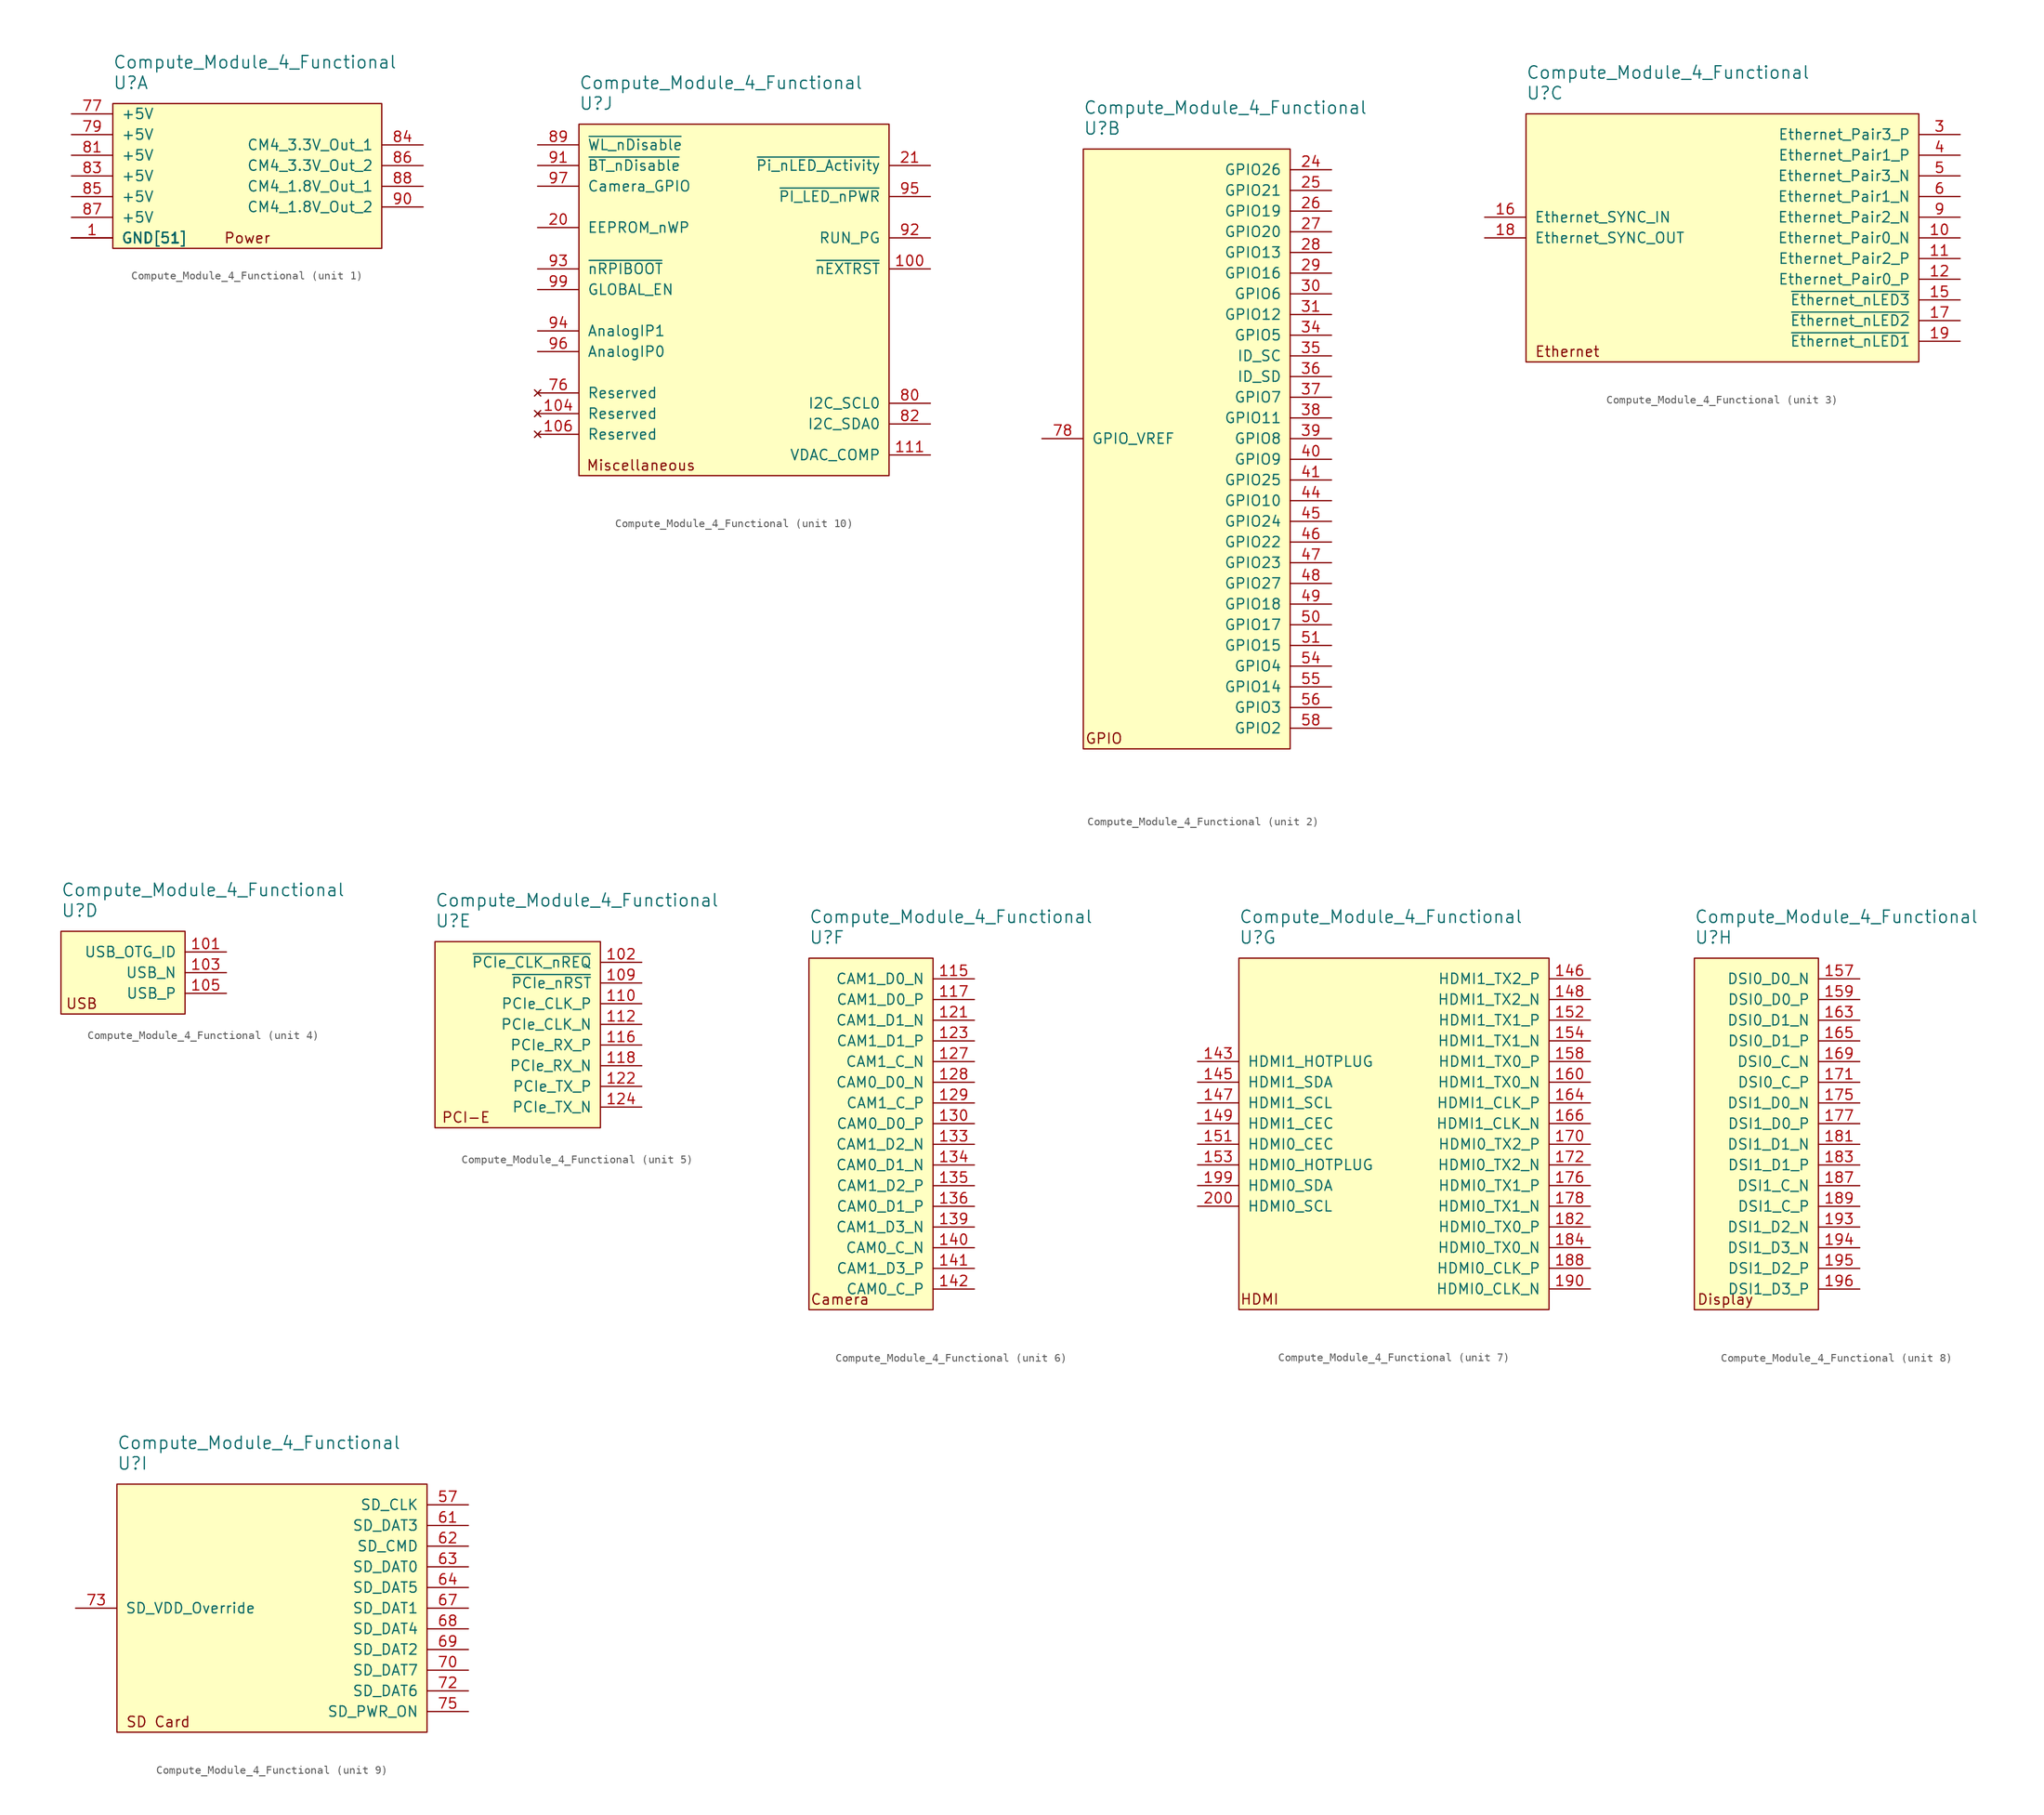
<source format=kicad_sym>
(kicad_symbol_lib
  (version 20241209)
  (generator "kicad_symbol_editor")
  (generator_version "9.0")
  (symbol "Compute_Module_4_Functional"
    (pin_names
      (offset 1.016))
    (property "Reference" "U"
      (at 5.08 5.08 0)
      (effects (font (size 1.524 1.524)) (justify left)))
    (property "Value" "Compute_Module_4_Functional"
      (at 5.08 7.62 0)
      (effects (font (size 1.524 1.524)) (justify left)))
    (property "ki_locked" ""
      (at 0 0 0)
      (effects (font (size 1.27 1.27))))
    (symbol "Compute_Module_4_Functional_1_0"
      (text "Power" (at 21.59 -13.97 0) (effects (font (size 1.27 1.27)))))
    (symbol "Compute_Module_4_Functional_1_1"
      (rectangle (start 5.08 2.54) (end 38.1 -15.24) (stroke (width 0) (type solid)) (fill (type background)))
      (pin power_in line (at 0 1.27 0) (length 5.08) (name "+5V" (effects (font (size 1.27 1.27)))) (number "77" (effects (font (size 1.27 1.27)))))
      (pin power_in line (at 0 -1.27 0) (length 5.08) (name "+5V" (effects (font (size 1.27 1.27)))) (number "79" (effects (font (size 1.27 1.27)))))
      (pin power_in line (at 0 -3.81 0) (length 5.08) (name "+5V" (effects (font (size 1.27 1.27)))) (number "81" (effects (font (size 1.27 1.27)))))
      (pin power_in line (at 0 -6.35 0) (length 5.08) (name "+5V" (effects (font (size 1.27 1.27)))) (number "83" (effects (font (size 1.27 1.27)))))
      (pin power_in line (at 0 -8.89 0) (length 5.08) (name "+5V" (effects (font (size 1.27 1.27)))) (number "85" (effects (font (size 1.27 1.27)))))
      (pin power_in line (at 0 -11.43 0) (length 5.08) (name "+5V" (effects (font (size 1.27 1.27)))) (number "87" (effects (font (size 1.27 1.27)))))
      (pin power_in line (at 0 -13.97 0) (length 5.08) (name "GND[51]" (effects (font (size 1.27 1.27)))) (number "1" (effects (font (size 1.27 1.27)))))
      (pin power_in line (at 0 -13.97 0) (length 5.08) (name "GND[51]" (effects (font (size 1.27 1.27)))) (number "107" (effects (font (size 0 0)))))
      (pin power_in line (at 0 -13.97 0) (length 5.08) (name "GND[51]" (effects (font (size 1.27 1.27)))) (number "108" (effects (font (size 0 0)))))
      (pin power_in line (at 0 -13.97 0) (length 5.08) (name "GND[51]" (effects (font (size 1.27 1.27)))) (number "113" (effects (font (size 0 0)))))
      (pin power_in line (at 0 -13.97 0) (length 5.08) (name "GND[51]" (effects (font (size 1.27 1.27)))) (number "114" (effects (font (size 0 0)))))
      (pin power_in line (at 0 -13.97 0) (length 5.08) (name "GND[51]" (effects (font (size 1.27 1.27)))) (number "119" (effects (font (size 0 0)))))
      (pin power_in line (at 0 -13.97 0) (length 5.08) (name "GND[51]" (effects (font (size 1.27 1.27)))) (number "120" (effects (font (size 0 0)))))
      (pin power_in line (at 0 -13.97 0) (length 5.08) (name "GND[51]" (effects (font (size 1.27 1.27)))) (number "125" (effects (font (size 0 0)))))
      (pin power_in line (at 0 -13.97 0) (length 5.08) (name "GND[51]" (effects (font (size 1.27 1.27)))) (number "126" (effects (font (size 0 0)))))
      (pin power_in line (at 0 -13.97 0) (length 5.08) (name "GND[51]" (effects (font (size 1.27 1.27)))) (number "13" (effects (font (size 0 0)))))
      (pin power_in line (at 0 -13.97 0) (length 5.08) (name "GND[51]" (effects (font (size 1.27 1.27)))) (number "131" (effects (font (size 0 0)))))
      (pin power_in line (at 0 -13.97 0) (length 5.08) (name "GND[51]" (effects (font (size 1.27 1.27)))) (number "132" (effects (font (size 0 0)))))
      (pin power_in line (at 0 -13.97 0) (length 5.08) (name "GND[51]" (effects (font (size 1.27 1.27)))) (number "137" (effects (font (size 0 0)))))
      (pin power_in line (at 0 -13.97 0) (length 5.08) (name "GND[51]" (effects (font (size 1.27 1.27)))) (number "138" (effects (font (size 0 0)))))
      (pin power_in line (at 0 -13.97 0) (length 5.08) (name "GND[51]" (effects (font (size 1.27 1.27)))) (number "14" (effects (font (size 0 0)))))
      (pin power_in line (at 0 -13.97 0) (length 5.08) (name "GND[51]" (effects (font (size 1.27 1.27)))) (number "144" (effects (font (size 0 0)))))
      (pin power_in line (at 0 -13.97 0) (length 5.08) (name "GND[51]" (effects (font (size 1.27 1.27)))) (number "150" (effects (font (size 0 0)))))
      (pin power_in line (at 0 -13.97 0) (length 5.08) (name "GND[51]" (effects (font (size 1.27 1.27)))) (number "155" (effects (font (size 0 0)))))
      (pin power_in line (at 0 -13.97 0) (length 5.08) (name "GND[51]" (effects (font (size 1.27 1.27)))) (number "156" (effects (font (size 0 0)))))
      (pin power_in line (at 0 -13.97 0) (length 5.08) (name "GND[51]" (effects (font (size 1.27 1.27)))) (number "161" (effects (font (size 0 0)))))
      (pin power_in line (at 0 -13.97 0) (length 5.08) (name "GND[51]" (effects (font (size 1.27 1.27)))) (number "162" (effects (font (size 0 0)))))
      (pin power_in line (at 0 -13.97 0) (length 5.08) (name "GND[51]" (effects (font (size 1.27 1.27)))) (number "167" (effects (font (size 0 0)))))
      (pin power_in line (at 0 -13.97 0) (length 5.08) (name "GND[51]" (effects (font (size 1.27 1.27)))) (number "168" (effects (font (size 0 0)))))
      (pin power_in line (at 0 -13.97 0) (length 5.08) (name "GND[51]" (effects (font (size 1.27 1.27)))) (number "173" (effects (font (size 0 0)))))
      (pin power_in line (at 0 -13.97 0) (length 5.08) (name "GND[51]" (effects (font (size 1.27 1.27)))) (number "174" (effects (font (size 0 0)))))
      (pin power_in line (at 0 -13.97 0) (length 5.08) (name "GND[51]" (effects (font (size 1.27 1.27)))) (number "179" (effects (font (size 0 0)))))
      (pin power_in line (at 0 -13.97 0) (length 5.08) (name "GND[51]" (effects (font (size 1.27 1.27)))) (number "180" (effects (font (size 0 0)))))
      (pin power_in line (at 0 -13.97 0) (length 5.08) (name "GND[51]" (effects (font (size 1.27 1.27)))) (number "185" (effects (font (size 0 0)))))
      (pin power_in line (at 0 -13.97 0) (length 5.08) (name "GND[51]" (effects (font (size 1.27 1.27)))) (number "186" (effects (font (size 0 0)))))
      (pin power_in line (at 0 -13.97 0) (length 5.08) (name "GND[51]" (effects (font (size 1.27 1.27)))) (number "191" (effects (font (size 0 0)))))
      (pin power_in line (at 0 -13.97 0) (length 5.08) (name "GND[51]" (effects (font (size 1.27 1.27)))) (number "192" (effects (font (size 0 0)))))
      (pin power_in line (at 0 -13.97 0) (length 5.08) (name "GND[51]" (effects (font (size 1.27 1.27)))) (number "197" (effects (font (size 0 0)))))
      (pin power_in line (at 0 -13.97 0) (length 5.08) (name "GND[51]" (effects (font (size 1.27 1.27)))) (number "198" (effects (font (size 0 0)))))
      (pin power_in line (at 0 -13.97 0) (length 5.08) (name "GND[51]" (effects (font (size 1.27 1.27)))) (number "2" (effects (font (size 0 0)))))
      (pin power_in line (at 0 -13.97 0) (length 5.08) (name "GND[51]" (effects (font (size 1.27 1.27)))) (number "22" (effects (font (size 0 0)))))
      (pin power_in line (at 0 -13.97 0) (length 5.08) (name "GND[51]" (effects (font (size 1.27 1.27)))) (number "23" (effects (font (size 0 0)))))
      (pin power_in line (at 0 -13.97 0) (length 5.08) (name "GND[51]" (effects (font (size 1.27 1.27)))) (number "32" (effects (font (size 0 0)))))
      (pin power_in line (at 0 -13.97 0) (length 5.08) (name "GND[51]" (effects (font (size 1.27 1.27)))) (number "33" (effects (font (size 0 0)))))
      (pin power_in line (at 0 -13.97 0) (length 5.08) (name "GND[51]" (effects (font (size 1.27 1.27)))) (number "42" (effects (font (size 0 0)))))
      (pin power_in line (at 0 -13.97 0) (length 5.08) (name "GND[51]" (effects (font (size 1.27 1.27)))) (number "43" (effects (font (size 0 0)))))
      (pin power_in line (at 0 -13.97 0) (length 5.08) (name "GND[51]" (effects (font (size 1.27 1.27)))) (number "52" (effects (font (size 0 0)))))
      (pin power_in line (at 0 -13.97 0) (length 5.08) (name "GND[51]" (effects (font (size 1.27 1.27)))) (number "53" (effects (font (size 0 0)))))
      (pin power_in line (at 0 -13.97 0) (length 5.08) (name "GND[51]" (effects (font (size 1.27 1.27)))) (number "59" (effects (font (size 0 0)))))
      (pin power_in line (at 0 -13.97 0) (length 5.08) (name "GND[51]" (effects (font (size 1.27 1.27)))) (number "60" (effects (font (size 0 0)))))
      (pin power_in line (at 0 -13.97 0) (length 5.08) (name "GND[51]" (effects (font (size 1.27 1.27)))) (number "65" (effects (font (size 0 0)))))
      (pin power_in line (at 0 -13.97 0) (length 5.08) (name "GND[51]" (effects (font (size 1.27 1.27)))) (number "66" (effects (font (size 0 0)))))
      (pin power_in line (at 0 -13.97 0) (length 5.08) (name "GND[51]" (effects (font (size 1.27 1.27)))) (number "7" (effects (font (size 0 0)))))
      (pin power_in line (at 0 -13.97 0) (length 5.08) (name "GND[51]" (effects (font (size 1.27 1.27)))) (number "71" (effects (font (size 0 0)))))
      (pin power_in line (at 0 -13.97 0) (length 5.08) (name "GND[51]" (effects (font (size 1.27 1.27)))) (number "74" (effects (font (size 0 0)))))
      (pin power_in line (at 0 -13.97 0) (length 5.08) (name "GND[51]" (effects (font (size 1.27 1.27)))) (number "8" (effects (font (size 0 0)))))
      (pin power_in line (at 0 -13.97 0) (length 5.08) (name "GND[51]" (effects (font (size 1.27 1.27)))) (number "98" (effects (font (size 0 0)))))
      (pin power_out line (at 43.18 -2.54 180) (length 5.08) (name "CM4_3.3V_Out_1" (effects (font (size 1.27 1.27)))) (number "84" (effects (font (size 1.27 1.27)))))
      (pin power_out line (at 43.18 -5.08 180) (length 5.08) (name "CM4_3.3V_Out_2" (effects (font (size 1.27 1.27)))) (number "86" (effects (font (size 1.27 1.27)))))
      (pin power_out line (at 43.18 -7.62 180) (length 5.08) (name "CM4_1.8V_Out_1" (effects (font (size 1.27 1.27)))) (number "88" (effects (font (size 1.27 1.27)))))
      (pin power_out line (at 43.18 -10.16 180) (length 5.08) (name "CM4_1.8V_Out_2" (effects (font (size 1.27 1.27)))) (number "90" (effects (font (size 1.27 1.27))))))
    (symbol "Compute_Module_4_Functional_2_0"
      (text "GPIO" (at 7.62 -69.85 0) (effects (font (size 1.27 1.27)))))
    (symbol "Compute_Module_4_Functional_2_1"
      (rectangle (start 5.08 2.54) (end 30.48 -71.12) (stroke (width 0) (type solid)) (fill (type background)))
      (pin power_in line (at 0 -33.02 0) (length 5.08) (name "GPIO_VREF" (effects (font (size 1.27 1.27)))) (number "78" (effects (font (size 1.27 1.27)))))
      (pin passive line (at 35.56 0 180) (length 5.08) (name "GPIO26" (effects (font (size 1.27 1.27)))) (number "24" (effects (font (size 1.27 1.27)))))
      (pin passive line (at 35.56 -2.54 180) (length 5.08) (name "GPIO21" (effects (font (size 1.27 1.27)))) (number "25" (effects (font (size 1.27 1.27)))))
      (pin passive line (at 35.56 -5.08 180) (length 5.08) (name "GPIO19" (effects (font (size 1.27 1.27)))) (number "26" (effects (font (size 1.27 1.27)))))
      (pin passive line (at 35.56 -7.62 180) (length 5.08) (name "GPIO20" (effects (font (size 1.27 1.27)))) (number "27" (effects (font (size 1.27 1.27)))))
      (pin passive line (at 35.56 -10.16 180) (length 5.08) (name "GPIO13" (effects (font (size 1.27 1.27)))) (number "28" (effects (font (size 1.27 1.27)))))
      (pin passive line (at 35.56 -12.7 180) (length 5.08) (name "GPIO16" (effects (font (size 1.27 1.27)))) (number "29" (effects (font (size 1.27 1.27)))))
      (pin passive line (at 35.56 -15.24 180) (length 5.08) (name "GPIO6" (effects (font (size 1.27 1.27)))) (number "30" (effects (font (size 1.27 1.27)))))
      (pin passive line (at 35.56 -17.78 180) (length 5.08) (name "GPIO12" (effects (font (size 1.27 1.27)))) (number "31" (effects (font (size 1.27 1.27)))))
      (pin passive line (at 35.56 -20.32 180) (length 5.08) (name "GPIO5" (effects (font (size 1.27 1.27)))) (number "34" (effects (font (size 1.27 1.27)))))
      (pin passive line (at 35.56 -22.86 180) (length 5.08) (name "ID_SC" (effects (font (size 1.27 1.27)))) (number "35" (effects (font (size 1.27 1.27)))))
      (pin passive line (at 35.56 -25.4 180) (length 5.08) (name "ID_SD" (effects (font (size 1.27 1.27)))) (number "36" (effects (font (size 1.27 1.27)))))
      (pin passive line (at 35.56 -27.94 180) (length 5.08) (name "GPIO7" (effects (font (size 1.27 1.27)))) (number "37" (effects (font (size 1.27 1.27)))))
      (pin passive line (at 35.56 -30.48 180) (length 5.08) (name "GPIO11" (effects (font (size 1.27 1.27)))) (number "38" (effects (font (size 1.27 1.27)))))
      (pin passive line (at 35.56 -33.02 180) (length 5.08) (name "GPIO8" (effects (font (size 1.27 1.27)))) (number "39" (effects (font (size 1.27 1.27)))))
      (pin passive line (at 35.56 -35.56 180) (length 5.08) (name "GPIO9" (effects (font (size 1.27 1.27)))) (number "40" (effects (font (size 1.27 1.27)))))
      (pin passive line (at 35.56 -38.1 180) (length 5.08) (name "GPIO25" (effects (font (size 1.27 1.27)))) (number "41" (effects (font (size 1.27 1.27)))))
      (pin passive line (at 35.56 -40.64 180) (length 5.08) (name "GPIO10" (effects (font (size 1.27 1.27)))) (number "44" (effects (font (size 1.27 1.27)))))
      (pin passive line (at 35.56 -43.18 180) (length 5.08) (name "GPIO24" (effects (font (size 1.27 1.27)))) (number "45" (effects (font (size 1.27 1.27)))))
      (pin passive line (at 35.56 -45.72 180) (length 5.08) (name "GPIO22" (effects (font (size 1.27 1.27)))) (number "46" (effects (font (size 1.27 1.27)))))
      (pin passive line (at 35.56 -48.26 180) (length 5.08) (name "GPIO23" (effects (font (size 1.27 1.27)))) (number "47" (effects (font (size 1.27 1.27)))))
      (pin passive line (at 35.56 -50.8 180) (length 5.08) (name "GPIO27" (effects (font (size 1.27 1.27)))) (number "48" (effects (font (size 1.27 1.27)))))
      (pin passive line (at 35.56 -53.34 180) (length 5.08) (name "GPIO18" (effects (font (size 1.27 1.27)))) (number "49" (effects (font (size 1.27 1.27)))))
      (pin passive line (at 35.56 -55.88 180) (length 5.08) (name "GPIO17" (effects (font (size 1.27 1.27)))) (number "50" (effects (font (size 1.27 1.27)))))
      (pin passive line (at 35.56 -58.42 180) (length 5.08) (name "GPIO15" (effects (font (size 1.27 1.27)))) (number "51" (effects (font (size 1.27 1.27)))))
      (pin passive line (at 35.56 -60.96 180) (length 5.08) (name "GPIO4" (effects (font (size 1.27 1.27)))) (number "54" (effects (font (size 1.27 1.27)))))
      (pin passive line (at 35.56 -63.5 180) (length 5.08) (name "GPIO14" (effects (font (size 1.27 1.27)))) (number "55" (effects (font (size 1.27 1.27)))))
      (pin passive line (at 35.56 -66.04 180) (length 5.08) (name "GPIO3" (effects (font (size 1.27 1.27)))) (number "56" (effects (font (size 1.27 1.27)))))
      (pin passive line (at 35.56 -68.58 180) (length 5.08) (name "GPIO2" (effects (font (size 1.27 1.27)))) (number "58" (effects (font (size 1.27 1.27))))))
    (symbol "Compute_Module_4_Functional_3_0"
      (text "Ethernet" (at 10.16 -26.67 0) (effects (font (size 1.27 1.27)))))
    (symbol "Compute_Module_4_Functional_3_1"
      (rectangle (start 5.08 2.54) (end 53.34 -27.94) (stroke (width 0) (type solid)) (fill (type background)))
      (pin input line (at 0 -10.16 0) (length 5.08) (name "Ethernet_SYNC_IN" (effects (font (size 1.27 1.27)))) (number "16" (effects (font (size 1.27 1.27)))))
      (pin input line (at 0 -12.7 0) (length 5.08) (name "Ethernet_SYNC_OUT" (effects (font (size 1.27 1.27)))) (number "18" (effects (font (size 1.27 1.27)))))
      (pin passive line (at 58.42 0 180) (length 5.08) (name "Ethernet_Pair3_P" (effects (font (size 1.27 1.27)))) (number "3" (effects (font (size 1.27 1.27)))))
      (pin passive line (at 58.42 -2.54 180) (length 5.08) (name "Ethernet_Pair1_P" (effects (font (size 1.27 1.27)))) (number "4" (effects (font (size 1.27 1.27)))))
      (pin passive line (at 58.42 -5.08 180) (length 5.08) (name "Ethernet_Pair3_N" (effects (font (size 1.27 1.27)))) (number "5" (effects (font (size 1.27 1.27)))))
      (pin passive line (at 58.42 -7.62 180) (length 5.08) (name "Ethernet_Pair1_N" (effects (font (size 1.27 1.27)))) (number "6" (effects (font (size 1.27 1.27)))))
      (pin passive line (at 58.42 -10.16 180) (length 5.08) (name "Ethernet_Pair2_N" (effects (font (size 1.27 1.27)))) (number "9" (effects (font (size 1.27 1.27)))))
      (pin passive line (at 58.42 -12.7 180) (length 5.08) (name "Ethernet_Pair0_N" (effects (font (size 1.27 1.27)))) (number "10" (effects (font (size 1.27 1.27)))))
      (pin passive line (at 58.42 -15.24 180) (length 5.08) (name "Ethernet_Pair2_P" (effects (font (size 1.27 1.27)))) (number "11" (effects (font (size 1.27 1.27)))))
      (pin passive line (at 58.42 -17.78 180) (length 5.08) (name "Ethernet_Pair0_P" (effects (font (size 1.27 1.27)))) (number "12" (effects (font (size 1.27 1.27)))))
      (pin output line (at 58.42 -20.32 180) (length 5.08) (name "~{Ethernet_nLED3}" (effects (font (size 1.27 1.27)))) (number "15" (effects (font (size 1.27 1.27)))))
      (pin output line (at 58.42 -22.86 180) (length 5.08) (name "~{Ethernet_nLED2}" (effects (font (size 1.27 1.27)))) (number "17" (effects (font (size 1.27 1.27)))))
      (pin output line (at 58.42 -25.4 180) (length 5.08) (name "~{Ethernet_nLED1}" (effects (font (size 1.27 1.27)))) (number "19" (effects (font (size 1.27 1.27))))))
    (symbol "Compute_Module_4_Functional_4_0"
      (text "USB" (at 7.62 -6.35 0) (effects (font (size 1.27 1.27)))))
    (symbol "Compute_Module_4_Functional_4_1"
      (rectangle (start 5.08 2.54) (end 20.32 -7.62) (stroke (width 0) (type solid)) (fill (type background)))
      (pin input line (at 25.4 0 180) (length 5.08) (name "USB_OTG_ID" (effects (font (size 1.27 1.27)))) (number "101" (effects (font (size 1.27 1.27)))))
      (pin passive line (at 25.4 -2.54 180) (length 5.08) (name "USB_N" (effects (font (size 1.27 1.27)))) (number "103" (effects (font (size 1.27 1.27)))))
      (pin passive line (at 25.4 -5.08 180) (length 5.08) (name "USB_P" (effects (font (size 1.27 1.27)))) (number "105" (effects (font (size 1.27 1.27))))))
    (symbol "Compute_Module_4_Functional_5_0"
      (text "PCI-E" (at 8.89 -19.05 0) (effects (font (size 1.27 1.27)))))
    (symbol "Compute_Module_4_Functional_5_1"
      (rectangle (start 5.08 2.54) (end 25.4 -20.32) (stroke (width 0) (type solid)) (fill (type background)))
      (pin input line (at 30.48 0 180) (length 5.08) (name "~{PCIe_CLK_nREQ}" (effects (font (size 1.27 1.27)))) (number "102" (effects (font (size 1.27 1.27)))))
      (pin output line (at 30.48 -2.54 180) (length 5.08) (name "~{PCIe_nRST}" (effects (font (size 1.27 1.27)))) (number "109" (effects (font (size 1.27 1.27)))))
      (pin output line (at 30.48 -5.08 180) (length 5.08) (name "PCIe_CLK_P" (effects (font (size 1.27 1.27)))) (number "110" (effects (font (size 1.27 1.27)))))
      (pin output line (at 30.48 -7.62 180) (length 5.08) (name "PCIe_CLK_N" (effects (font (size 1.27 1.27)))) (number "112" (effects (font (size 1.27 1.27)))))
      (pin input line (at 30.48 -10.16 180) (length 5.08) (name "PCIe_RX_P" (effects (font (size 1.27 1.27)))) (number "116" (effects (font (size 1.27 1.27)))))
      (pin input line (at 30.48 -12.7 180) (length 5.08) (name "PCIe_RX_N" (effects (font (size 1.27 1.27)))) (number "118" (effects (font (size 1.27 1.27)))))
      (pin output line (at 30.48 -15.24 180) (length 5.08) (name "PCIe_TX_P" (effects (font (size 1.27 1.27)))) (number "122" (effects (font (size 1.27 1.27)))))
      (pin output line (at 30.48 -17.78 180) (length 5.08) (name "PCIe_TX_N" (effects (font (size 1.27 1.27)))) (number "124" (effects (font (size 1.27 1.27))))))
    (symbol "Compute_Module_4_Functional_6_0"
      (text "Camera" (at 8.89 -39.37 0) (effects (font (size 1.27 1.27)))))
    (symbol "Compute_Module_4_Functional_6_1"
      (rectangle (start 5.08 2.54) (end 20.32 -40.64) (stroke (width 0) (type solid)) (fill (type background)))
      (pin input line (at 25.4 0 180) (length 5.08) (name "CAM1_D0_N" (effects (font (size 1.27 1.27)))) (number "115" (effects (font (size 1.27 1.27)))))
      (pin input line (at 25.4 -2.54 180) (length 5.08) (name "CAM1_D0_P" (effects (font (size 1.27 1.27)))) (number "117" (effects (font (size 1.27 1.27)))))
      (pin input line (at 25.4 -5.08 180) (length 5.08) (name "CAM1_D1_N" (effects (font (size 1.27 1.27)))) (number "121" (effects (font (size 1.27 1.27)))))
      (pin input line (at 25.4 -7.62 180) (length 5.08) (name "CAM1_D1_P" (effects (font (size 1.27 1.27)))) (number "123" (effects (font (size 1.27 1.27)))))
      (pin input line (at 25.4 -10.16 180) (length 5.08) (name "CAM1_C_N" (effects (font (size 1.27 1.27)))) (number "127" (effects (font (size 1.27 1.27)))))
      (pin input line (at 25.4 -12.7 180) (length 5.08) (name "CAM0_D0_N" (effects (font (size 1.27 1.27)))) (number "128" (effects (font (size 1.27 1.27)))))
      (pin input line (at 25.4 -15.24 180) (length 5.08) (name "CAM1_C_P" (effects (font (size 1.27 1.27)))) (number "129" (effects (font (size 1.27 1.27)))))
      (pin input line (at 25.4 -17.78 180) (length 5.08) (name "CAM0_D0_P" (effects (font (size 1.27 1.27)))) (number "130" (effects (font (size 1.27 1.27)))))
      (pin input line (at 25.4 -20.32 180) (length 5.08) (name "CAM1_D2_N" (effects (font (size 1.27 1.27)))) (number "133" (effects (font (size 1.27 1.27)))))
      (pin input line (at 25.4 -22.86 180) (length 5.08) (name "CAM0_D1_N" (effects (font (size 1.27 1.27)))) (number "134" (effects (font (size 1.27 1.27)))))
      (pin input line (at 25.4 -25.4 180) (length 5.08) (name "CAM1_D2_P" (effects (font (size 1.27 1.27)))) (number "135" (effects (font (size 1.27 1.27)))))
      (pin input line (at 25.4 -27.94 180) (length 5.08) (name "CAM0_D1_P" (effects (font (size 1.27 1.27)))) (number "136" (effects (font (size 1.27 1.27)))))
      (pin input line (at 25.4 -30.48 180) (length 5.08) (name "CAM1_D3_N" (effects (font (size 1.27 1.27)))) (number "139" (effects (font (size 1.27 1.27)))))
      (pin input line (at 25.4 -33.02 180) (length 5.08) (name "CAM0_C_N" (effects (font (size 1.27 1.27)))) (number "140" (effects (font (size 1.27 1.27)))))
      (pin input line (at 25.4 -35.56 180) (length 5.08) (name "CAM1_D3_P" (effects (font (size 1.27 1.27)))) (number "141" (effects (font (size 1.27 1.27)))))
      (pin input line (at 25.4 -38.1 180) (length 5.08) (name "CAM0_C_P" (effects (font (size 1.27 1.27)))) (number "142" (effects (font (size 1.27 1.27))))))
    (symbol "Compute_Module_4_Functional_7_0"
      (text "HDMI" (at 7.62 -39.37 0) (effects (font (size 1.27 1.27)))))
    (symbol "Compute_Module_4_Functional_7_1"
      (rectangle (start 5.08 2.54) (end 43.18 -40.64) (stroke (width 0) (type solid)) (fill (type background)))
      (pin input line (at 0 -10.16 0) (length 5.08) (name "HDMI1_HOTPLUG" (effects (font (size 1.27 1.27)))) (number "143" (effects (font (size 1.27 1.27)))))
      (pin bidirectional line (at 0 -12.7 0) (length 5.08) (name "HDMI1_SDA" (effects (font (size 1.27 1.27)))) (number "145" (effects (font (size 1.27 1.27)))))
      (pin open_collector line (at 0 -15.24 0) (length 5.08) (name "HDMI1_SCL" (effects (font (size 1.27 1.27)))) (number "147" (effects (font (size 1.27 1.27)))))
      (pin open_collector line (at 0 -17.78 0) (length 5.08) (name "HDMI1_CEC" (effects (font (size 1.27 1.27)))) (number "149" (effects (font (size 1.27 1.27)))))
      (pin open_collector line (at 0 -20.32 0) (length 5.08) (name "HDMI0_CEC" (effects (font (size 1.27 1.27)))) (number "151" (effects (font (size 1.27 1.27)))))
      (pin input line (at 0 -22.86 0) (length 5.08) (name "HDMI0_HOTPLUG" (effects (font (size 1.27 1.27)))) (number "153" (effects (font (size 1.27 1.27)))))
      (pin bidirectional line (at 0 -25.4 0) (length 5.08) (name "HDMI0_SDA" (effects (font (size 1.27 1.27)))) (number "199" (effects (font (size 1.27 1.27)))))
      (pin open_collector line (at 0 -27.94 0) (length 5.08) (name "HDMI0_SCL" (effects (font (size 1.27 1.27)))) (number "200" (effects (font (size 1.27 1.27)))))
      (pin output line (at 48.26 0 180) (length 5.08) (name "HDMI1_TX2_P" (effects (font (size 1.27 1.27)))) (number "146" (effects (font (size 1.27 1.27)))))
      (pin output line (at 48.26 -2.54 180) (length 5.08) (name "HDMI1_TX2_N" (effects (font (size 1.27 1.27)))) (number "148" (effects (font (size 1.27 1.27)))))
      (pin output line (at 48.26 -5.08 180) (length 5.08) (name "HDMI1_TX1_P" (effects (font (size 1.27 1.27)))) (number "152" (effects (font (size 1.27 1.27)))))
      (pin output line (at 48.26 -7.62 180) (length 5.08) (name "HDMI1_TX1_N" (effects (font (size 1.27 1.27)))) (number "154" (effects (font (size 1.27 1.27)))))
      (pin output line (at 48.26 -10.16 180) (length 5.08) (name "HDMI1_TX0_P" (effects (font (size 1.27 1.27)))) (number "158" (effects (font (size 1.27 1.27)))))
      (pin output line (at 48.26 -12.7 180) (length 5.08) (name "HDMI1_TX0_N" (effects (font (size 1.27 1.27)))) (number "160" (effects (font (size 1.27 1.27)))))
      (pin output line (at 48.26 -15.24 180) (length 5.08) (name "HDMI1_CLK_P" (effects (font (size 1.27 1.27)))) (number "164" (effects (font (size 1.27 1.27)))))
      (pin output line (at 48.26 -17.78 180) (length 5.08) (name "HDMI1_CLK_N" (effects (font (size 1.27 1.27)))) (number "166" (effects (font (size 1.27 1.27)))))
      (pin output line (at 48.26 -20.32 180) (length 5.08) (name "HDMI0_TX2_P" (effects (font (size 1.27 1.27)))) (number "170" (effects (font (size 1.27 1.27)))))
      (pin output line (at 48.26 -22.86 180) (length 5.08) (name "HDMI0_TX2_N" (effects (font (size 1.27 1.27)))) (number "172" (effects (font (size 1.27 1.27)))))
      (pin output line (at 48.26 -25.4 180) (length 5.08) (name "HDMI0_TX1_P" (effects (font (size 1.27 1.27)))) (number "176" (effects (font (size 1.27 1.27)))))
      (pin output line (at 48.26 -27.94 180) (length 5.08) (name "HDMI0_TX1_N" (effects (font (size 1.27 1.27)))) (number "178" (effects (font (size 1.27 1.27)))))
      (pin output line (at 48.26 -30.48 180) (length 5.08) (name "HDMI0_TX0_P" (effects (font (size 1.27 1.27)))) (number "182" (effects (font (size 1.27 1.27)))))
      (pin output line (at 48.26 -33.02 180) (length 5.08) (name "HDMI0_TX0_N" (effects (font (size 1.27 1.27)))) (number "184" (effects (font (size 1.27 1.27)))))
      (pin output line (at 48.26 -35.56 180) (length 5.08) (name "HDMI0_CLK_P" (effects (font (size 1.27 1.27)))) (number "188" (effects (font (size 1.27 1.27)))))
      (pin output line (at 48.26 -38.1 180) (length 5.08) (name "HDMI0_CLK_N" (effects (font (size 1.27 1.27)))) (number "190" (effects (font (size 1.27 1.27))))))
    (symbol "Compute_Module_4_Functional_8_0"
      (text "Display" (at 8.89 -39.37 0) (effects (font (size 1.27 1.27)))))
    (symbol "Compute_Module_4_Functional_8_1"
      (rectangle (start 5.08 2.54) (end 20.32 -40.64) (stroke (width 0) (type solid)) (fill (type background)))
      (pin output line (at 25.4 0 180) (length 5.08) (name "DSI0_D0_N" (effects (font (size 1.27 1.27)))) (number "157" (effects (font (size 1.27 1.27)))))
      (pin output line (at 25.4 -2.54 180) (length 5.08) (name "DSI0_D0_P" (effects (font (size 1.27 1.27)))) (number "159" (effects (font (size 1.27 1.27)))))
      (pin output line (at 25.4 -5.08 180) (length 5.08) (name "DSI0_D1_N" (effects (font (size 1.27 1.27)))) (number "163" (effects (font (size 1.27 1.27)))))
      (pin output line (at 25.4 -7.62 180) (length 5.08) (name "DSI0_D1_P" (effects (font (size 1.27 1.27)))) (number "165" (effects (font (size 1.27 1.27)))))
      (pin output line (at 25.4 -10.16 180) (length 5.08) (name "DSI0_C_N" (effects (font (size 1.27 1.27)))) (number "169" (effects (font (size 1.27 1.27)))))
      (pin output line (at 25.4 -12.7 180) (length 5.08) (name "DSI0_C_P" (effects (font (size 1.27 1.27)))) (number "171" (effects (font (size 1.27 1.27)))))
      (pin output line (at 25.4 -15.24 180) (length 5.08) (name "DSI1_D0_N" (effects (font (size 1.27 1.27)))) (number "175" (effects (font (size 1.27 1.27)))))
      (pin output line (at 25.4 -17.78 180) (length 5.08) (name "DSI1_D0_P" (effects (font (size 1.27 1.27)))) (number "177" (effects (font (size 1.27 1.27)))))
      (pin output line (at 25.4 -20.32 180) (length 5.08) (name "DSI1_D1_N" (effects (font (size 1.27 1.27)))) (number "181" (effects (font (size 1.27 1.27)))))
      (pin output line (at 25.4 -22.86 180) (length 5.08) (name "DSI1_D1_P" (effects (font (size 1.27 1.27)))) (number "183" (effects (font (size 1.27 1.27)))))
      (pin output line (at 25.4 -25.4 180) (length 5.08) (name "DSI1_C_N" (effects (font (size 1.27 1.27)))) (number "187" (effects (font (size 1.27 1.27)))))
      (pin output line (at 25.4 -27.94 180) (length 5.08) (name "DSI1_C_P" (effects (font (size 1.27 1.27)))) (number "189" (effects (font (size 1.27 1.27)))))
      (pin output line (at 25.4 -30.48 180) (length 5.08) (name "DSI1_D2_N" (effects (font (size 1.27 1.27)))) (number "193" (effects (font (size 1.27 1.27)))))
      (pin output line (at 25.4 -33.02 180) (length 5.08) (name "DSI1_D3_N" (effects (font (size 1.27 1.27)))) (number "194" (effects (font (size 1.27 1.27)))))
      (pin output line (at 25.4 -35.56 180) (length 5.08) (name "DSI1_D2_P" (effects (font (size 1.27 1.27)))) (number "195" (effects (font (size 1.27 1.27)))))
      (pin output line (at 25.4 -38.1 180) (length 5.08) (name "DSI1_D3_P" (effects (font (size 1.27 1.27)))) (number "196" (effects (font (size 1.27 1.27))))))
    (symbol "Compute_Module_4_Functional_9_0"
      (text "SD Card" (at 10.16 -26.67 0) (effects (font (size 1.27 1.27)))))
    (symbol "Compute_Module_4_Functional_9_1"
      (rectangle (start 5.08 2.54) (end 43.18 -27.94) (stroke (width 0) (type solid)) (fill (type background)))
      (pin input line (at 0 -12.7 0) (length 5.08) (name "SD_VDD_Override" (effects (font (size 1.27 1.27)))) (number "73" (effects (font (size 1.27 1.27)))))
      (pin passive line (at 48.26 0 180) (length 5.08) (name "SD_CLK" (effects (font (size 1.27 1.27)))) (number "57" (effects (font (size 1.27 1.27)))))
      (pin passive line (at 48.26 -2.54 180) (length 5.08) (name "SD_DAT3" (effects (font (size 1.27 1.27)))) (number "61" (effects (font (size 1.27 1.27)))))
      (pin passive line (at 48.26 -5.08 180) (length 5.08) (name "SD_CMD" (effects (font (size 1.27 1.27)))) (number "62" (effects (font (size 1.27 1.27)))))
      (pin passive line (at 48.26 -7.62 180) (length 5.08) (name "SD_DAT0" (effects (font (size 1.27 1.27)))) (number "63" (effects (font (size 1.27 1.27)))))
      (pin passive line (at 48.26 -10.16 180) (length 5.08) (name "SD_DAT5" (effects (font (size 1.27 1.27)))) (number "64" (effects (font (size 1.27 1.27)))))
      (pin passive line (at 48.26 -12.7 180) (length 5.08) (name "SD_DAT1" (effects (font (size 1.27 1.27)))) (number "67" (effects (font (size 1.27 1.27)))))
      (pin passive line (at 48.26 -15.24 180) (length 5.08) (name "SD_DAT4" (effects (font (size 1.27 1.27)))) (number "68" (effects (font (size 1.27 1.27)))))
      (pin passive line (at 48.26 -17.78 180) (length 5.08) (name "SD_DAT2" (effects (font (size 1.27 1.27)))) (number "69" (effects (font (size 1.27 1.27)))))
      (pin passive line (at 48.26 -20.32 180) (length 5.08) (name "SD_DAT7" (effects (font (size 1.27 1.27)))) (number "70" (effects (font (size 1.27 1.27)))))
      (pin passive line (at 48.26 -22.86 180) (length 5.08) (name "SD_DAT6" (effects (font (size 1.27 1.27)))) (number "72" (effects (font (size 1.27 1.27)))))
      (pin output line (at 48.26 -25.4 180) (length 5.08) (name "SD_PWR_ON" (effects (font (size 1.27 1.27)))) (number "75" (effects (font (size 1.27 1.27))))))
    (symbol "Compute_Module_4_Functional_10_0"
      (text "Miscellaneous" (at 12.7 -39.37 0) (effects (font (size 1.27 1.27)))))
    (symbol "Compute_Module_4_Functional_10_1"
      (rectangle (start 5.08 2.54) (end 43.18 -40.64) (stroke (width 0) (type solid)) (fill (type background)))
      (pin input line (at 0 0 0) (length 5.08) (name "~{WL_nDisable}" (effects (font (size 1.27 1.27)))) (number "89" (effects (font (size 1.27 1.27)))))
      (pin input line (at 0 -2.54 0) (length 5.08) (name "~{BT_nDisable}" (effects (font (size 1.27 1.27)))) (number "91" (effects (font (size 1.27 1.27)))))
      (pin input line (at 0 -5.08 0) (length 5.08) (name "Camera_GPIO" (effects (font (size 1.27 1.27)))) (number "97" (effects (font (size 1.27 1.27)))))
      (pin input line (at 0 -10.16 0) (length 5.08) (name "EEPROM_nWP" (effects (font (size 1.27 1.27)))) (number "20" (effects (font (size 1.27 1.27)))))
      (pin input line (at 0 -15.24 0) (length 5.08) (name "~{nRPIBOOT}" (effects (font (size 1.27 1.27)))) (number "93" (effects (font (size 1.27 1.27)))))
      (pin input line (at 0 -17.78 0) (length 5.08) (name "GLOBAL_EN" (effects (font (size 1.27 1.27)))) (number "99" (effects (font (size 1.27 1.27)))))
      (pin passive line (at 0 -22.86 0) (length 5.08) (name "AnalogIP1" (effects (font (size 1.27 1.27)))) (number "94" (effects (font (size 1.27 1.27)))))
      (pin passive line (at 0 -25.4 0) (length 5.08) (name "AnalogIP0" (effects (font (size 1.27 1.27)))) (number "96" (effects (font (size 1.27 1.27)))))
      (pin no_connect line (at 0 -30.48 0) (length 5.08) (name "Reserved" (effects (font (size 1.27 1.27)))) (number "76" (effects (font (size 1.27 1.27)))))
      (pin no_connect line (at 0 -33.02 0) (length 5.08) (name "Reserved" (effects (font (size 1.27 1.27)))) (number "104" (effects (font (size 1.27 1.27)))))
      (pin no_connect line (at 0 -35.56 0) (length 5.08) (name "Reserved" (effects (font (size 1.27 1.27)))) (number "106" (effects (font (size 1.27 1.27)))))
      (pin open_collector line (at 48.26 -2.54 180) (length 5.08) (name "~{Pi_nLED_Activity}" (effects (font (size 1.27 1.27)))) (number "21" (effects (font (size 1.27 1.27)))))
      (pin output line (at 48.26 -6.35 180) (length 5.08) (name "~{PI_LED_nPWR}" (effects (font (size 1.27 1.27)))) (number "95" (effects (font (size 1.27 1.27)))))
      (pin passive line (at 48.26 -11.43 180) (length 5.08) (name "RUN_PG" (effects (font (size 1.27 1.27)))) (number "92" (effects (font (size 1.27 1.27)))))
      (pin output line (at 48.26 -15.24 180) (length 5.08) (name "~{nEXTRST}" (effects (font (size 1.27 1.27)))) (number "100" (effects (font (size 1.27 1.27)))))
      (pin bidirectional line (at 48.26 -31.75 180) (length 5.08) (name "I2C_SCL0" (effects (font (size 1.27 1.27)))) (number "80" (effects (font (size 1.27 1.27)))))
      (pin bidirectional line (at 48.26 -34.29 180) (length 5.08) (name "I2C_SDA0" (effects (font (size 1.27 1.27)))) (number "82" (effects (font (size 1.27 1.27)))))
      (pin output line (at 48.26 -38.1 180) (length 5.08) (name "VDAC_COMP" (effects (font (size 1.27 1.27)))) (number "111" (effects (font (size 1.27 1.27))))))))
</source>
